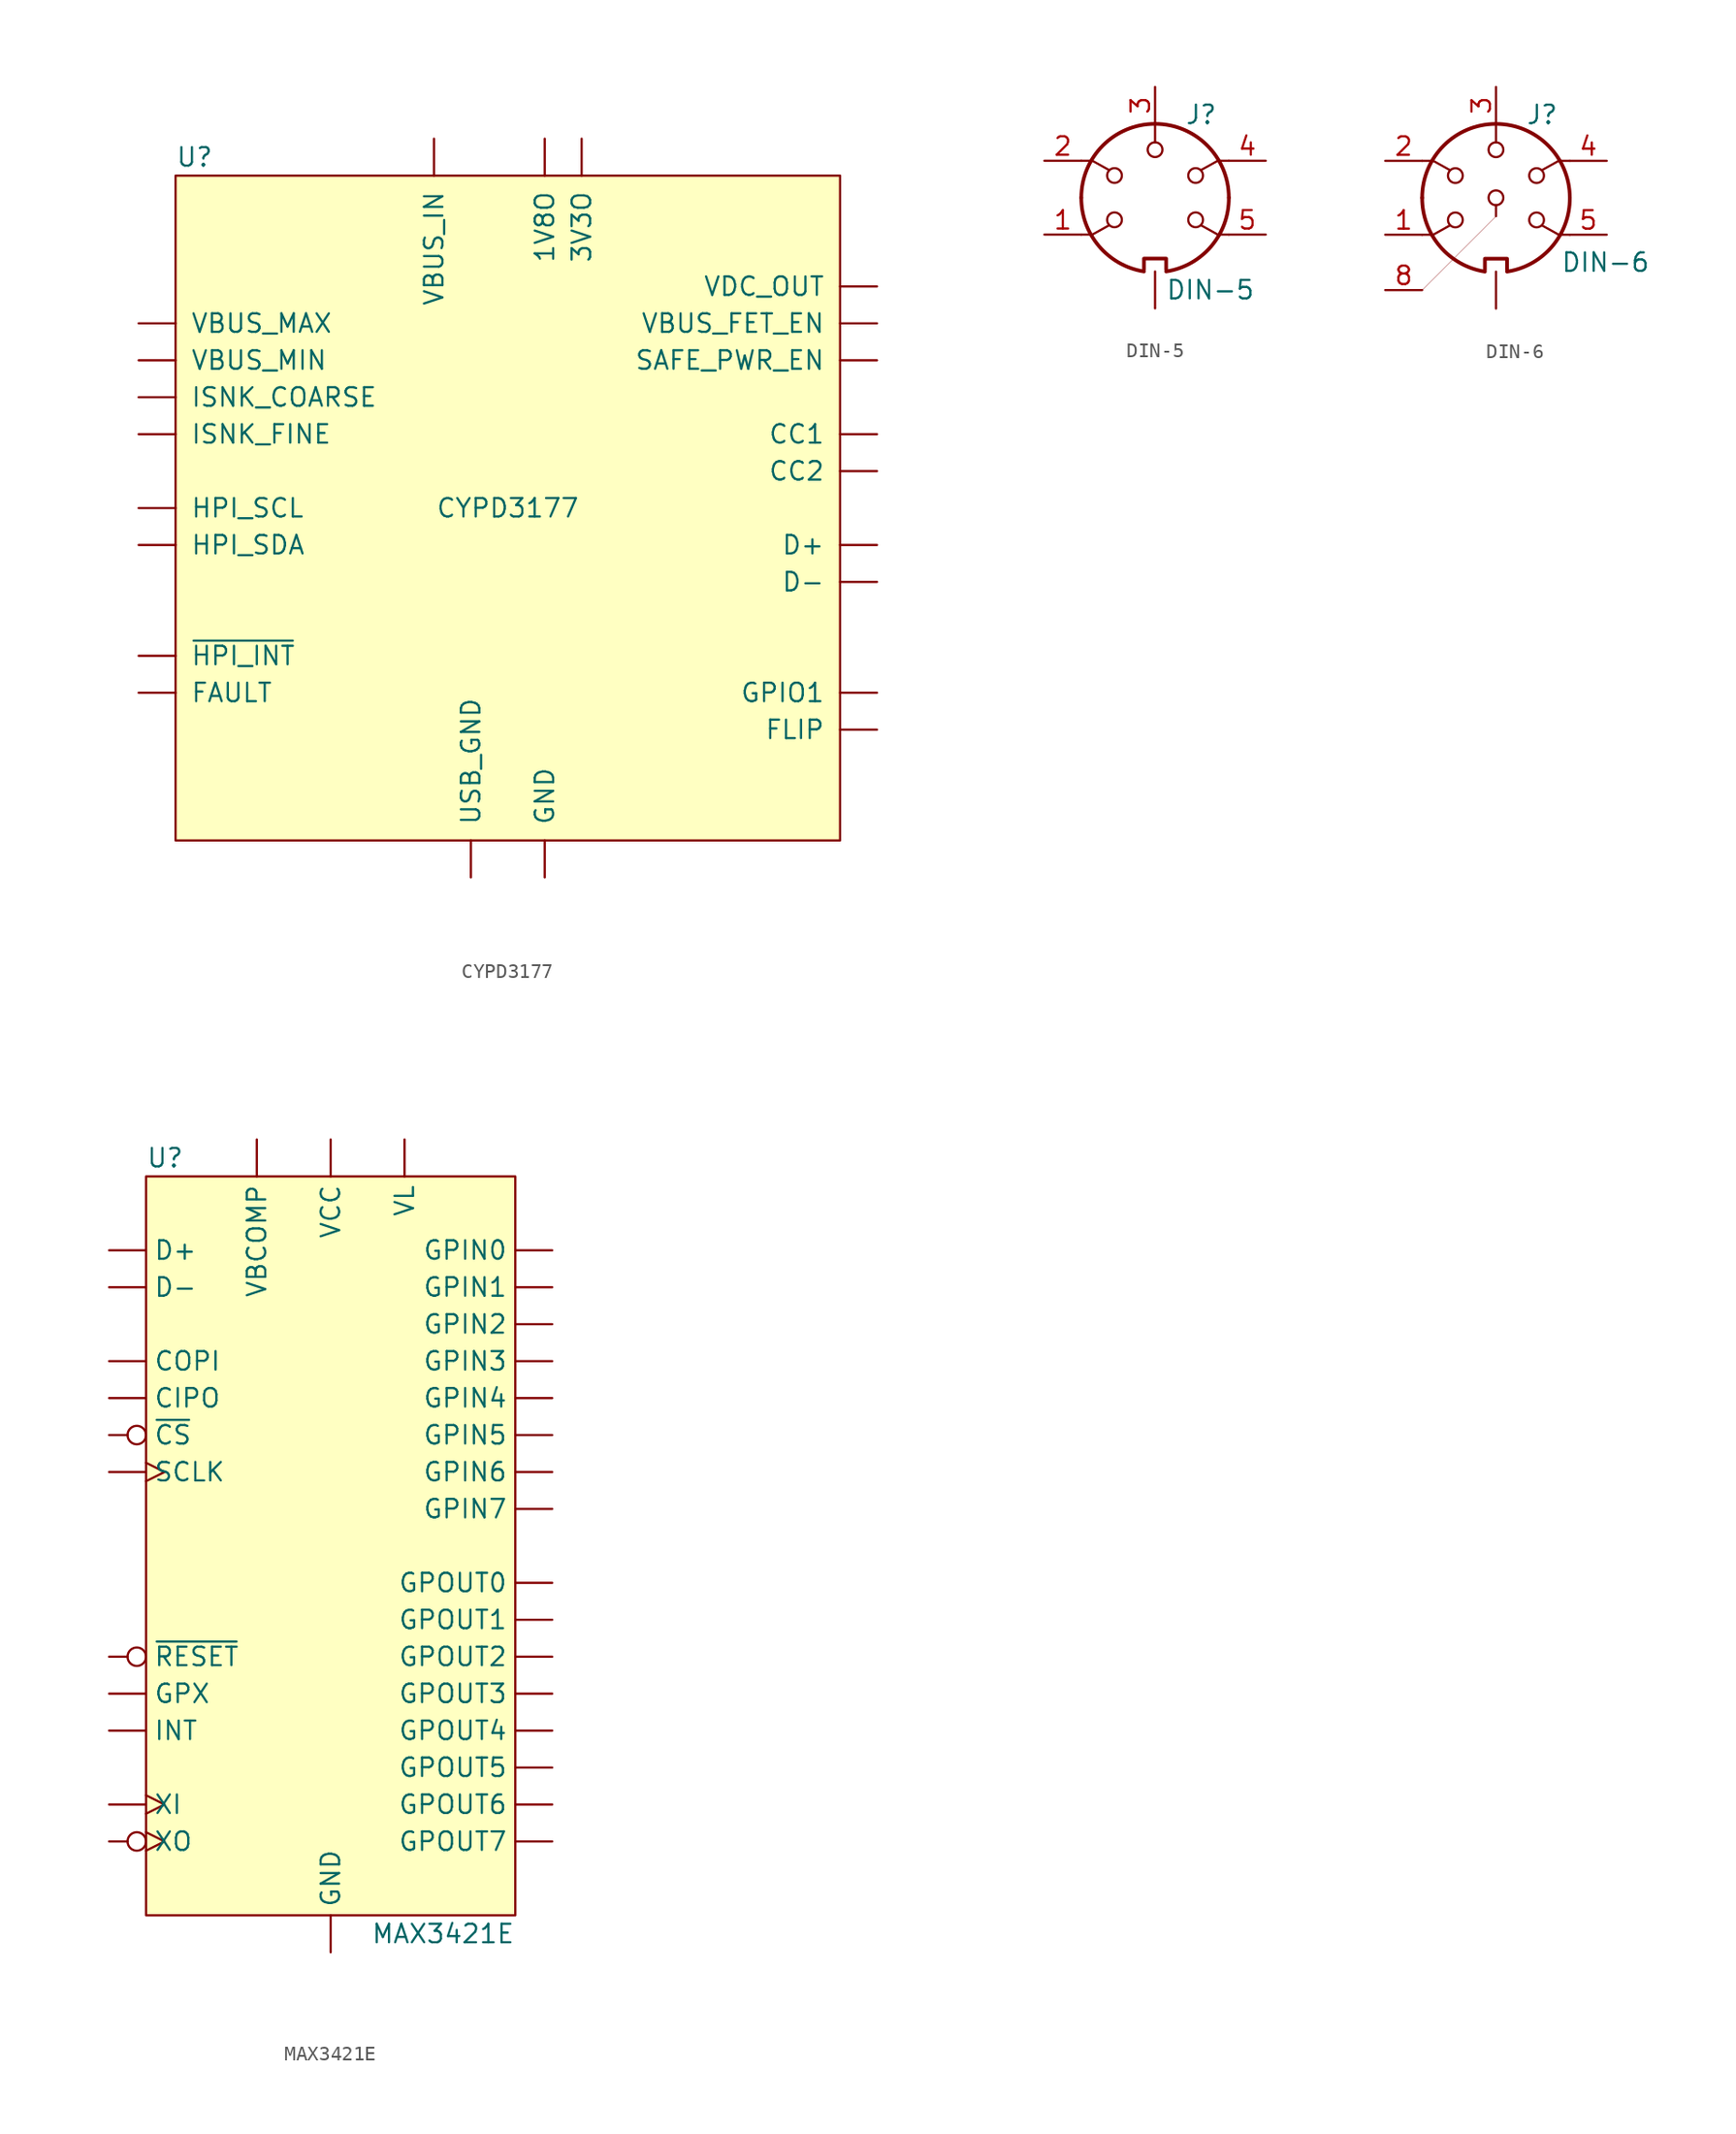
<source format=kicad_sym>
(kicad_symbol_lib
  (version 20211014)
  (generator kicad_symbol_editor)
  (symbol "CYPD3177"
    (pin_numbers hide)
    (pin_names
      (offset 1.016))
    (property "Reference" "U"
      (at -22.86 24.13 0)
      (effects (font (size 1.27 1.27)) (justify left)))
    (property "Value" "CYPD3177"
      (at 0 0 0)
      (effects (font (size 1.27 1.27))))
    (symbol "CYPD3177_0_1"
      (rectangle (start -22.86 22.86) (end 22.86 -22.86) (stroke (width 0) (type default) (color 0 0 0 0)) (fill (type background))))
    (symbol "CYPD3177_1_1"
      (pin passive line (at -25.4 10.16 0) (length 2.54) (name "VBUS_MIN" (effects (font (size 1.27 1.27)))) (number "1" (effects (font (size 1.27 1.27)))))
      (pin open_collector line (at 25.4 -15.24 180) (length 2.54) (name "FLIP" (effects (font (size 1.27 1.27)))) (number "10" (effects (font (size 1.27 1.27)))))
      (pin input line (at 25.4 15.24 180) (length 2.54) (name "VDC_OUT" (effects (font (size 1.27 1.27)))) (number "11" (effects (font (size 1.27 1.27)))))
      (pin bidirectional line (at -25.4 -2.54 0) (length 2.54) (name "HPI_SDA" (effects (font (size 1.27 1.27)))) (number "12" (effects (font (size 1.27 1.27)))))
      (pin bidirectional line (at -25.4 0 0) (length 2.54) (name "HPI_SCL" (effects (font (size 1.27 1.27)))) (number "13" (effects (font (size 1.27 1.27)))))
      (pin passive line (at 25.4 2.54 180) (length 2.54) (name "CC2" (effects (font (size 1.27 1.27)))) (number "14" (effects (font (size 1.27 1.27)))))
      (pin passive line (at 25.4 5.08 180) (length 2.54) (name "CC1" (effects (font (size 1.27 1.27)))) (number "15" (effects (font (size 1.27 1.27)))))
      (pin passive line (at 25.4 -5.08 180) (length 2.54) (name "D-" (effects (font (size 1.27 1.27)))) (number "16" (effects (font (size 1.27 1.27)))))
      (pin passive line (at 25.4 -2.54 180) (length 2.54) (name "D+" (effects (font (size 1.27 1.27)))) (number "17" (effects (font (size 1.27 1.27)))))
      (pin power_in line (at -5.08 25.4 270) (length 2.54) (name "VBUS_IN" (effects (font (size 1.27 1.27)))) (number "18" (effects (font (size 1.27 1.27)))))
      (pin power_in line (at 2.54 -25.4 90) (length 2.54) (name "GND" (effects (font (size 1.27 1.27)))) (number "19" (effects (font (size 1.27 1.27)))))
      (pin passive line (at -25.4 12.7 0) (length 2.54) (name "VBUS_MAX" (effects (font (size 1.27 1.27)))) (number "2" (effects (font (size 1.27 1.27)))))
      (pin power_in line (at -2.54 -25.4 90) (length 2.54) (name "USB_GND" (effects (font (size 1.27 1.27)))) (number "22" (effects (font (size 1.27 1.27)))))
      (pin power_out line (at 5.08 25.4 270) (length 2.54) (name "3V3O" (effects (font (size 1.27 1.27)))) (number "23" (effects (font (size 1.27 1.27)))))
      (pin power_out line (at 2.54 25.4 270) (length 2.54) (name "1V8O" (effects (font (size 1.27 1.27)))) (number "24" (effects (font (size 1.27 1.27)))))
      (pin passive line (at 2.54 -25.4 90) (length 2.54) hide (name "EPAD" (effects (font (size 1.27 1.27)))) (number "25" (effects (font (size 1.27 1.27)))))
      (pin output line (at 25.4 12.7 180) (length 2.54) (name "VBUS_FET_EN" (effects (font (size 1.27 1.27)))) (number "3" (effects (font (size 1.27 1.27)))))
      (pin output line (at 25.4 10.16 180) (length 2.54) (name "SAFE_PWR_EN" (effects (font (size 1.27 1.27)))) (number "4" (effects (font (size 1.27 1.27)))))
      (pin output line (at -25.4 7.62 0) (length 2.54) (name "ISNK_COARSE" (effects (font (size 1.27 1.27)))) (number "5" (effects (font (size 1.27 1.27)))))
      (pin output line (at -25.4 5.08 0) (length 2.54) (name "ISNK_FINE" (effects (font (size 1.27 1.27)))) (number "6" (effects (font (size 1.27 1.27)))))
      (pin output line (at -25.4 -10.16 0) (length 2.54) (name "~{HPI_INT}" (effects (font (size 1.27 1.27)))) (number "7" (effects (font (size 1.27 1.27)))))
      (pin bidirectional line (at 25.4 -12.7 180) (length 2.54) (name "GPIO1" (effects (font (size 1.27 1.27)))) (number "8" (effects (font (size 1.27 1.27)))))
      (pin output line (at -25.4 -12.7 0) (length 2.54) (name "FAULT" (effects (font (size 1.27 1.27)))) (number "9" (effects (font (size 1.27 1.27)))))))
  (symbol "DIN-5"
    (pin_names
      (offset 1.016))
    (property "Reference" "J"
      (at 3.175 5.715 0)
      (effects (font (size 1.27 1.27))))
    (property "Value" "DIN-5"
      (at 3.81 -6.35 0)
      (effects (font (size 1.27 1.27))))
    (symbol "DIN-5_0_1"
      (arc (start -5.08 0) (mid -3.8597 -3.3379) (end -0.762 -5.08) (stroke (width 0.254) (type default) (color 0 0 0 0)) (fill (type none)))
      (circle (center -2.794 -1.524) (radius 0.508) (stroke (width 0) (type default) (color 0 0 0 0)) (fill (type none)))
      (circle (center -2.794 1.524) (radius 0.508) (stroke (width 0) (type default) (color 0 0 0 0)) (fill (type none)))
      (polyline (pts (xy 0 5.08) (xy 0 3.81)) (stroke (width 0) (type default) (color 0 0 0 0)) (fill (type none)))
      (polyline (pts (xy -5.08 -2.54) (xy -4.318 -2.54) (xy -3.175 -1.905)) (stroke (width 0) (type default) (color 0 0 0 0)) (fill (type none)))
      (polyline (pts (xy -5.08 2.54) (xy -4.318 2.54) (xy -3.175 1.905)) (stroke (width 0) (type default) (color 0 0 0 0)) (fill (type none)))
      (polyline (pts (xy 5.08 -2.54) (xy 4.318 -2.54) (xy 3.175 -1.905)) (stroke (width 0) (type default) (color 0 0 0 0)) (fill (type none)))
      (polyline (pts (xy 5.08 2.54) (xy 4.318 2.54) (xy 3.175 1.905)) (stroke (width 0) (type default) (color 0 0 0 0)) (fill (type none)))
      (polyline (pts (xy -0.762 -4.953) (xy -0.762 -4.191) (xy 0.762 -4.191) (xy 0.762 -4.953)) (stroke (width 0.254) (type default) (color 0 0 0 0)) (fill (type none)))
      (circle (center 0 3.302) (radius 0.508) (stroke (width 0) (type default) (color 0 0 0 0)) (fill (type none)))
      (arc (start 0.762 -5.08) (mid 3.8673 -3.3444) (end 5.08 0) (stroke (width 0.254) (type default) (color 0 0 0 0)) (fill (type none)))
      (circle (center 2.794 -1.524) (radius 0.508) (stroke (width 0) (type default) (color 0 0 0 0)) (fill (type none)))
      (circle (center 2.794 1.524) (radius 0.508) (stroke (width 0) (type default) (color 0 0 0 0)) (fill (type none)))
      (arc (start 5.08 0) (mid 0 5.08) (end -5.08 0) (stroke (width 0.254) (type default) (color 0 0 0 0)) (fill (type none))))
    (symbol "DIN-5_1_0"
      (pin power_in line (at 0 -7.62 90) (length 2.54) (name "~" (effects (font (size 1.27 1.27)))) (number "PE" (effects (font (size 0 0))))))
    (symbol "DIN-5_1_1"
      (pin passive line (at -7.62 -2.54 0) (length 2.54) (name "~" (effects (font (size 1.27 1.27)))) (number "1" (effects (font (size 1.27 1.27)))))
      (pin passive line (at -7.62 2.54 0) (length 2.54) (name "~" (effects (font (size 1.27 1.27)))) (number "2" (effects (font (size 1.27 1.27)))))
      (pin passive line (at 0 7.62 270) (length 2.54) (name "~" (effects (font (size 1.27 1.27)))) (number "3" (effects (font (size 1.27 1.27)))))
      (pin passive line (at 7.62 2.54 180) (length 2.54) (name "~" (effects (font (size 1.27 1.27)))) (number "4" (effects (font (size 1.27 1.27)))))
      (pin passive line (at 7.62 -2.54 180) (length 2.54) (name "~" (effects (font (size 1.27 1.27)))) (number "5" (effects (font (size 1.27 1.27)))))))
  (symbol "DIN-6"
    (pin_names
      (offset 1.016))
    (property "Reference" "J"
      (at 3.175 5.715 0)
      (effects (font (size 1.27 1.27))))
    (property "Value" "DIN-6"
      (at 4.445 -4.445 0)
      (effects (font (size 1.27 1.27)) (justify left)))
    (symbol "DIN-6_0_1"
      (arc (start -5.08 0) (mid -3.8597 -3.3379) (end -0.762 -5.08) (stroke (width 0.254) (type default) (color 0 0 0 0)) (fill (type none)))
      (circle (center -2.794 -1.524) (radius 0.508) (stroke (width 0) (type default) (color 0 0 0 0)) (fill (type none)))
      (circle (center -2.794 1.524) (radius 0.508) (stroke (width 0) (type default) (color 0 0 0 0)) (fill (type none)))
      (polyline (pts (xy 0 -1.27) (xy -5.08 -6.35)) (stroke (width 0.001) (type default) (color 0 0 0 0)) (fill (type none)))
      (polyline (pts (xy 0 -1.27) (xy 0 -0.508)) (stroke (width 0) (type default) (color 0 0 0 0)) (fill (type none)))
      (polyline (pts (xy 0 5.08) (xy 0 3.81)) (stroke (width 0) (type default) (color 0 0 0 0)) (fill (type none)))
      (polyline (pts (xy -5.08 -2.54) (xy -4.318 -2.54) (xy -3.175 -1.905)) (stroke (width 0) (type default) (color 0 0 0 0)) (fill (type none)))
      (polyline (pts (xy -5.08 2.54) (xy -4.318 2.54) (xy -3.175 1.905)) (stroke (width 0) (type default) (color 0 0 0 0)) (fill (type none)))
      (polyline (pts (xy 5.08 -2.54) (xy 4.318 -2.54) (xy 3.175 -1.905)) (stroke (width 0) (type default) (color 0 0 0 0)) (fill (type none)))
      (polyline (pts (xy 5.08 2.54) (xy 4.318 2.54) (xy 3.175 1.905)) (stroke (width 0) (type default) (color 0 0 0 0)) (fill (type none)))
      (polyline (pts (xy -0.762 -4.953) (xy -0.762 -4.191) (xy 0.762 -4.191) (xy 0.762 -4.953)) (stroke (width 0.254) (type default) (color 0 0 0 0)) (fill (type none)))
      (circle (center 0 0) (radius 0.508) (stroke (width 0) (type default) (color 0 0 0 0)) (fill (type none)))
      (circle (center 0 3.302) (radius 0.508) (stroke (width 0) (type default) (color 0 0 0 0)) (fill (type none)))
      (arc (start 0.762 -5.08) (mid 3.8673 -3.3444) (end 5.08 0) (stroke (width 0.254) (type default) (color 0 0 0 0)) (fill (type none)))
      (circle (center 2.794 -1.524) (radius 0.508) (stroke (width 0) (type default) (color 0 0 0 0)) (fill (type none)))
      (circle (center 2.794 1.524) (radius 0.508) (stroke (width 0) (type default) (color 0 0 0 0)) (fill (type none)))
      (arc (start 5.08 0) (mid 0 5.08) (end -5.08 0) (stroke (width 0.254) (type default) (color 0 0 0 0)) (fill (type none))))
    (symbol "DIN-6_1_0"
      (pin power_in line (at 0 -7.62 90) (length 2.54) (name "~" (effects (font (size 1.27 1.27)))) (number "PE" (effects (font (size 0 0))))))
    (symbol "DIN-6_1_1"
      (pin passive line (at -7.62 -2.54 0) (length 2.54) (name "~" (effects (font (size 1.27 1.27)))) (number "1" (effects (font (size 1.27 1.27)))))
      (pin passive line (at -7.62 2.54 0) (length 2.54) (name "~" (effects (font (size 1.27 1.27)))) (number "2" (effects (font (size 1.27 1.27)))))
      (pin passive line (at 0 7.62 270) (length 2.54) (name "~" (effects (font (size 1.27 1.27)))) (number "3" (effects (font (size 1.27 1.27)))))
      (pin passive line (at 7.62 2.54 180) (length 2.54) (name "~" (effects (font (size 1.27 1.27)))) (number "4" (effects (font (size 1.27 1.27)))))
      (pin passive line (at 7.62 -2.54 180) (length 2.54) (name "~" (effects (font (size 1.27 1.27)))) (number "5" (effects (font (size 1.27 1.27)))))
      (pin passive line (at -7.62 -6.35 0) (length 2.54) (name "~" (effects (font (size 1.27 1.27)))) (number "8" (effects (font (size 1.27 1.27)))))))
  (symbol "MAX3421E"
    (pin_numbers hide)
    (property "Reference" "U"
      (at -12.7 26.67 0)
      (effects (font (size 1.27 1.27)) (justify left)))
    (property "Value" "MAX3421E"
      (at 12.7 -26.67 0)
      (effects (font (size 1.27 1.27)) (justify right)))
    (symbol "MAX3421E_0_1"
      (rectangle (start -12.7 25.4) (end 12.7 -25.4) (stroke (width 0.152) (type default) (color 0 0 0 0)) (fill (type background))))
    (symbol "MAX3421E_1_1"
      (pin input line (at 15.24 2.54 180) (length 2.54) (name "GPIN7" (effects (font (size 1.27 1.27)))) (number "1" (effects (font (size 1.27 1.27)))))
      (pin output line (at 15.24 -17.78 180) (length 2.54) (name "GPOUT6" (effects (font (size 1.27 1.27)))) (number "10" (effects (font (size 1.27 1.27)))))
      (pin output line (at 15.24 -20.32 180) (length 2.54) (name "GPOUT7" (effects (font (size 1.27 1.27)))) (number "11" (effects (font (size 1.27 1.27)))))
      (pin input inverted (at -15.24 -7.62 0) (length 2.54) (name "~{RESET}" (effects (font (size 1.27 1.27)))) (number "12" (effects (font (size 1.27 1.27)))))
      (pin input clock (at -15.24 5.08 0) (length 2.54) (name "SCLK" (effects (font (size 1.27 1.27)))) (number "13" (effects (font (size 1.27 1.27)))))
      (pin input inverted (at -15.24 7.62 0) (length 2.54) (name "~{CS}" (effects (font (size 1.27 1.27)))) (number "14" (effects (font (size 1.27 1.27)))))
      (pin output line (at -15.24 10.16 0) (length 2.54) (name "CIPO" (effects (font (size 1.27 1.27)))) (number "15" (effects (font (size 1.27 1.27)))))
      (pin input line (at -15.24 12.7 0) (length 2.54) (name "COPI" (effects (font (size 1.27 1.27)))) (number "16" (effects (font (size 1.27 1.27)))))
      (pin output line (at -15.24 -10.16 0) (length 2.54) (name "GPX" (effects (font (size 1.27 1.27)))) (number "17" (effects (font (size 1.27 1.27)))))
      (pin output line (at -15.24 -12.7 0) (length 2.54) (name "INT" (effects (font (size 1.27 1.27)))) (number "18" (effects (font (size 1.27 1.27)))))
      (pin passive line (at 0 -27.94 90) (length 2.54) hide (name "GND" (effects (font (size 1.27 1.27)))) (number "19" (effects (font (size 1.27 1.27)))))
      (pin power_in line (at 5.08 27.94 270) (length 2.54) (name "VL" (effects (font (size 1.27 1.27)))) (number "2" (effects (font (size 1.27 1.27)))))
      (pin bidirectional line (at -15.24 17.78 0) (length 2.54) (name "D-" (effects (font (size 1.27 1.27)))) (number "20" (effects (font (size 1.27 1.27)))))
      (pin bidirectional line (at -15.24 20.32 0) (length 2.54) (name "D+" (effects (font (size 1.27 1.27)))) (number "21" (effects (font (size 1.27 1.27)))))
      (pin power_in line (at -5.08 27.94 270) (length 2.54) (name "VBCOMP" (effects (font (size 1.27 1.27)))) (number "22" (effects (font (size 1.27 1.27)))))
      (pin power_in line (at 0 27.94 270) (length 2.54) (name "VCC" (effects (font (size 1.27 1.27)))) (number "23" (effects (font (size 1.27 1.27)))))
      (pin input clock (at -15.24 -17.78 0) (length 2.54) (name "XI" (effects (font (size 1.27 1.27)))) (number "24" (effects (font (size 1.27 1.27)))))
      (pin output inverted_clock (at -15.24 -20.32 0) (length 2.54) (name "XO" (effects (font (size 1.27 1.27)))) (number "25" (effects (font (size 1.27 1.27)))))
      (pin input line (at 15.24 20.32 180) (length 2.54) (name "GPIN0" (effects (font (size 1.27 1.27)))) (number "26" (effects (font (size 1.27 1.27)))))
      (pin input line (at 15.24 17.78 180) (length 2.54) (name "GPIN1" (effects (font (size 1.27 1.27)))) (number "27" (effects (font (size 1.27 1.27)))))
      (pin input line (at 15.24 15.24 180) (length 2.54) (name "GPIN2" (effects (font (size 1.27 1.27)))) (number "28" (effects (font (size 1.27 1.27)))))
      (pin input line (at 15.24 12.7 180) (length 2.54) (name "GPIN3" (effects (font (size 1.27 1.27)))) (number "29" (effects (font (size 1.27 1.27)))))
      (pin power_in line (at 0 -27.94 90) (length 2.54) (name "GND" (effects (font (size 1.27 1.27)))) (number "3" (effects (font (size 1.27 1.27)))))
      (pin input line (at 15.24 10.16 180) (length 2.54) (name "GPIN4" (effects (font (size 1.27 1.27)))) (number "30" (effects (font (size 1.27 1.27)))))
      (pin input line (at 15.24 7.62 180) (length 2.54) (name "GPIN5" (effects (font (size 1.27 1.27)))) (number "31" (effects (font (size 1.27 1.27)))))
      (pin input line (at 15.24 5.08 180) (length 2.54) (name "GPIN6" (effects (font (size 1.27 1.27)))) (number "32" (effects (font (size 1.27 1.27)))))
      (pin output line (at 15.24 -2.54 180) (length 2.54) (name "GPOUT0" (effects (font (size 1.27 1.27)))) (number "4" (effects (font (size 1.27 1.27)))))
      (pin output line (at 15.24 -5.08 180) (length 2.54) (name "GPOUT1" (effects (font (size 1.27 1.27)))) (number "5" (effects (font (size 1.27 1.27)))))
      (pin output line (at 15.24 -7.62 180) (length 2.54) (name "GPOUT2" (effects (font (size 1.27 1.27)))) (number "6" (effects (font (size 1.27 1.27)))))
      (pin output line (at 15.24 -10.16 180) (length 2.54) (name "GPOUT3" (effects (font (size 1.27 1.27)))) (number "7" (effects (font (size 1.27 1.27)))))
      (pin output line (at 15.24 -12.7 180) (length 2.54) (name "GPOUT4" (effects (font (size 1.27 1.27)))) (number "8" (effects (font (size 1.27 1.27)))))
      (pin output line (at 15.24 -15.24 180) (length 2.54) (name "GPOUT5" (effects (font (size 1.27 1.27)))) (number "9" (effects (font (size 1.27 1.27))))))))
</source>
